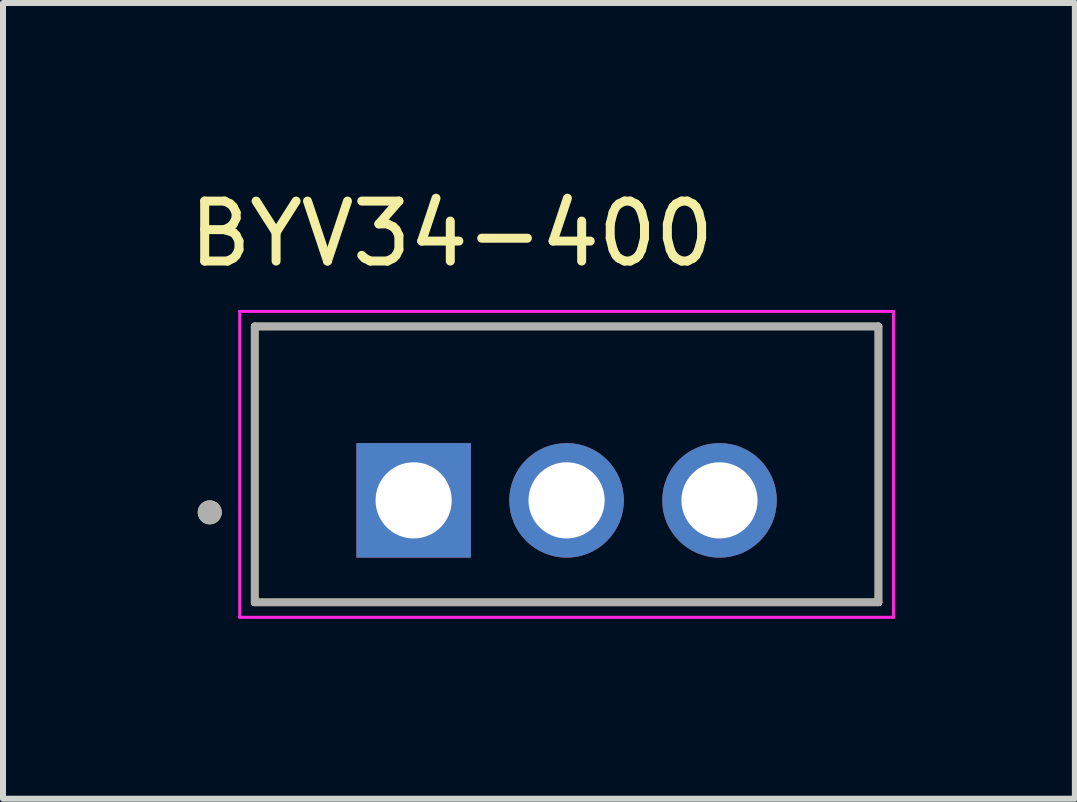
<source format=kicad_pcb>
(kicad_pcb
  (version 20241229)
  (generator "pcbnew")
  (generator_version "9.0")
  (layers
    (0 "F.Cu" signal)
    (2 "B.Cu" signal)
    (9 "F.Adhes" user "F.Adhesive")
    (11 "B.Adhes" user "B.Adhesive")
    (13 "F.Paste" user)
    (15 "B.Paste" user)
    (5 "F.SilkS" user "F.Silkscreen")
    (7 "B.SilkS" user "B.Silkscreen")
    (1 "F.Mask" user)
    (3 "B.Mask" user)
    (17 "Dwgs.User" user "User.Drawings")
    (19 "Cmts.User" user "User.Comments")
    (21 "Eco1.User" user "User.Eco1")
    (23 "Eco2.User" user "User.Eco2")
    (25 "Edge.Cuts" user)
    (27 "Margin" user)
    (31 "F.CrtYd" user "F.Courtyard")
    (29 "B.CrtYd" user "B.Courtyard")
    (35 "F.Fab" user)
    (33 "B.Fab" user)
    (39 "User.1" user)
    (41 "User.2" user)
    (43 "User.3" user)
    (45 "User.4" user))
  (footprint "BYV34-400"
    (layer "F.Cu")
    (at 3.847 5.293)
    (property "Reference" "BYV34-400" (at 0.635 -4.445 0) (layer "F.SilkS") (effects (font (size 1 1) (thickness 0.15))))
    (attr through_hole)
    (fp_line (start -2.65 -2.9) (end 7.75 -2.9) (stroke (width 0.127) (type solid)) (layer "F.SilkS"))
    (fp_line (start -2.65 1.7) (end -2.65 -2.9) (stroke (width 0.127) (type solid)) (layer "F.SilkS"))
    (fp_line (start 7.75 -2.9) (end 7.75 1.7) (stroke (width 0.127) (type solid)) (layer "F.SilkS"))
    (fp_line (start 7.75 1.7) (end -2.65 1.7) (stroke (width 0.127) (type solid)) (layer "F.SilkS"))
    (fp_circle (center -3.4 0.2) (end -3.3 0.2) (stroke (width 0.2) (type solid)) (fill no) (layer "F.SilkS"))
    (fp_line (start -2.9 -3.15) (end 8 -3.15) (stroke (width 0.05) (type solid)) (layer "F.CrtYd"))
    (fp_line (start -2.9 1.95) (end -2.9 -3.15) (stroke (width 0.05) (type solid)) (layer "F.CrtYd"))
    (fp_line (start 8 -3.15) (end 8 1.95) (stroke (width 0.05) (type solid)) (layer "F.CrtYd"))
    (fp_line (start 8 1.95) (end -2.9 1.95) (stroke (width 0.05) (type solid)) (layer "F.CrtYd"))
    (fp_line (start -2.65 -2.9) (end 7.75 -2.9) (stroke (width 0.127) (type solid)) (layer "F.Fab"))
    (fp_line (start -2.65 1.7) (end -2.65 -2.9) (stroke (width 0.127) (type solid)) (layer "F.Fab"))
    (fp_line (start 7.75 -2.9) (end 7.75 1.7) (stroke (width 0.127) (type solid)) (layer "F.Fab"))
    (fp_line (start 7.75 1.7) (end -2.65 1.7) (stroke (width 0.127) (type solid)) (layer "F.Fab"))
    (fp_circle (center -3.4 0.2) (end -3.3 0.2) (stroke (width 0.2) (type solid)) (fill no) (layer "F.Fab"))
    (pad "1" thru_hole rect (at 0 0) (size 1.91 1.91) (drill 1.27) (layers "*.Cu" "*.Mask"))
    (pad "2" thru_hole circle (at 2.55 0) (size 1.91 1.91) (drill 1.27) (layers "*.Cu" "*.Mask"))
    (pad "3" thru_hole circle (at 5.1 0) (size 1.91 1.91) (drill 1.27) (layers "*.Cu" "*.Mask")))
  (gr_rect
    (start -3 -3)
    (end 14.872 10.268)
    (stroke (width 0.1) (type default))
    (fill no)
    (layer "Edge.Cuts")))
</source>
